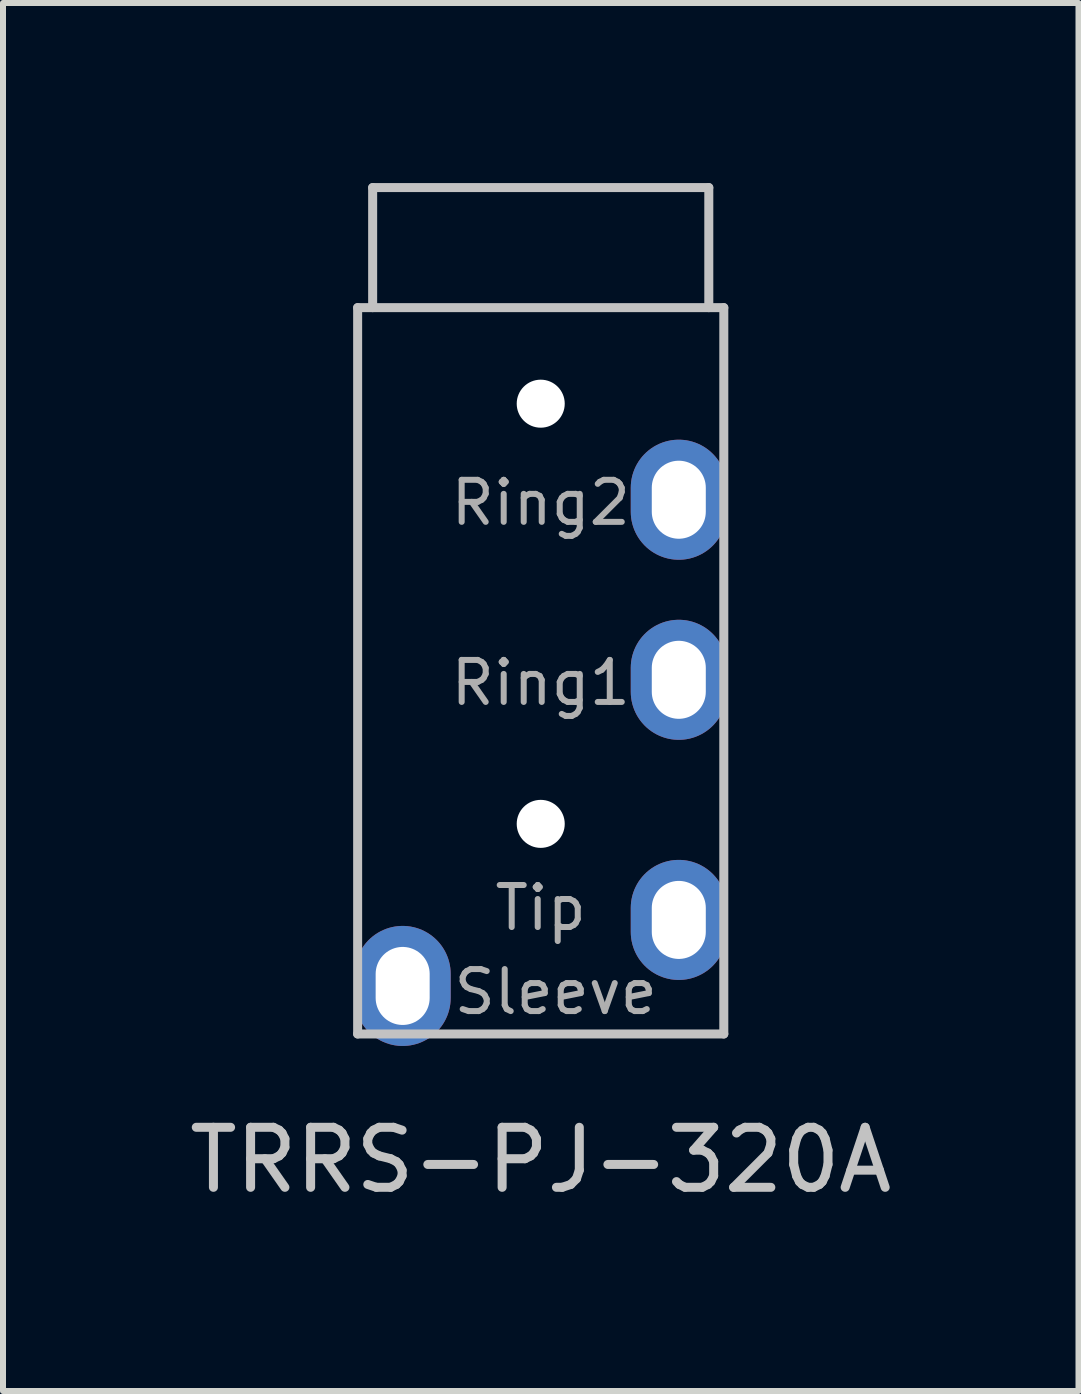
<source format=kicad_pcb>
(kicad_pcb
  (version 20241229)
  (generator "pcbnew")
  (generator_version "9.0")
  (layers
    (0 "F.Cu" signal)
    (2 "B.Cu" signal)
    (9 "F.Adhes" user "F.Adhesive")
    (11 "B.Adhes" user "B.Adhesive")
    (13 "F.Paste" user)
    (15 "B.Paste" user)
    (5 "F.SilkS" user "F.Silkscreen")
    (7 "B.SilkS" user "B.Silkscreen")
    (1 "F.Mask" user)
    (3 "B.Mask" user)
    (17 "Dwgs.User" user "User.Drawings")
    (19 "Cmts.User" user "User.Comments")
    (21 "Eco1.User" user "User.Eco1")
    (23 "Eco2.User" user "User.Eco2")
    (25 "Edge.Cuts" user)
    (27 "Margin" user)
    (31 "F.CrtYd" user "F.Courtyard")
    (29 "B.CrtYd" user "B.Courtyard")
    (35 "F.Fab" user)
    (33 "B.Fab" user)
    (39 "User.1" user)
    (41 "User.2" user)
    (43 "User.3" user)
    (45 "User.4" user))
  (footprint "TRRS-PJ-320A"
    (layer "F.Cu")
    (at 5.958 2.075)
    (property "Reference" "TRRS-PJ-320A" (at 0 14.2 0) (layer "Dwgs.User") (effects (font (size 1 1) (thickness 0.15))))
    (attr through_hole)
    (fp_line (start -3.05 0) (end -3.05 12.1) (stroke (width 0.15) (type solid)) (layer "Dwgs.User"))
    (fp_line (start -2.8 0) (end -2.8 -2) (stroke (width 0.15) (type solid)) (layer "Dwgs.User"))
    (fp_line (start 2.8 -2) (end -2.8 -2) (stroke (width 0.15) (type solid)) (layer "Dwgs.User"))
    (fp_line (start 2.8 0) (end 2.8 -2) (stroke (width 0.15) (type solid)) (layer "Dwgs.User"))
    (fp_line (start 3.05 0) (end -3.05 0) (stroke (width 0.15) (type solid)) (layer "Dwgs.User"))
    (fp_line (start 3.05 0) (end 3.05 12.1) (stroke (width 0.15) (type solid)) (layer "Dwgs.User"))
    (fp_line (start 3.05 12.1) (end -3.05 12.1) (stroke (width 0.15) (type solid)) (layer "Dwgs.User"))
    (fp_text user "Sleeve" (at 0.25 11.4 0) (layer "F.Fab") (effects (font (size 0.7 0.7) (thickness 0.1))))
    (fp_text user "Ring1" (at 0 6.25 0) (layer "F.Fab") (effects (font (size 0.7 0.7) (thickness 0.1))))
    (fp_text user "Ring2" (at 0 3.25 0) (layer "F.Fab") (effects (font (size 0.7 0.7) (thickness 0.1))))
    (fp_text user "Tip" (at 0 10 0) (layer "F.Fab") (effects (font (size 0.7 0.7) (thickness 0.1))))
    (pad "" np_thru_hole circle (at 0 1.6) (size 0.8 0.8) (drill 0.8) (layers "*.Cu" "*.Mask"))
    (pad "" np_thru_hole circle (at 0 8.6) (size 0.8 0.8) (drill 0.8) (layers "*.Cu" "*.Mask"))
    (pad "1" thru_hole oval (at -2.3 11.3) (size 1.6 2) (drill oval 0.9 1.3) (layers "*.Cu" "*.Mask"))
    (pad "2" thru_hole oval (at 2.3 10.2) (size 1.6 2) (drill oval 0.9 1.3) (layers "*.Cu" "*.Mask"))
    (pad "3" thru_hole oval (at 2.3 6.2) (size 1.6 2) (drill oval 0.9 1.3) (layers "*.Cu" "*.Mask"))
    (pad "4" thru_hole oval (at 2.3 3.2) (size 1.6 2) (drill oval 0.9 1.3) (layers "*.Cu" "*.Mask")))
  (gr_rect
    (start -3 -3)
    (end 14.917 20.123)
    (stroke (width 0.1) (type default))
    (fill no)
    (layer "Edge.Cuts")))
</source>
